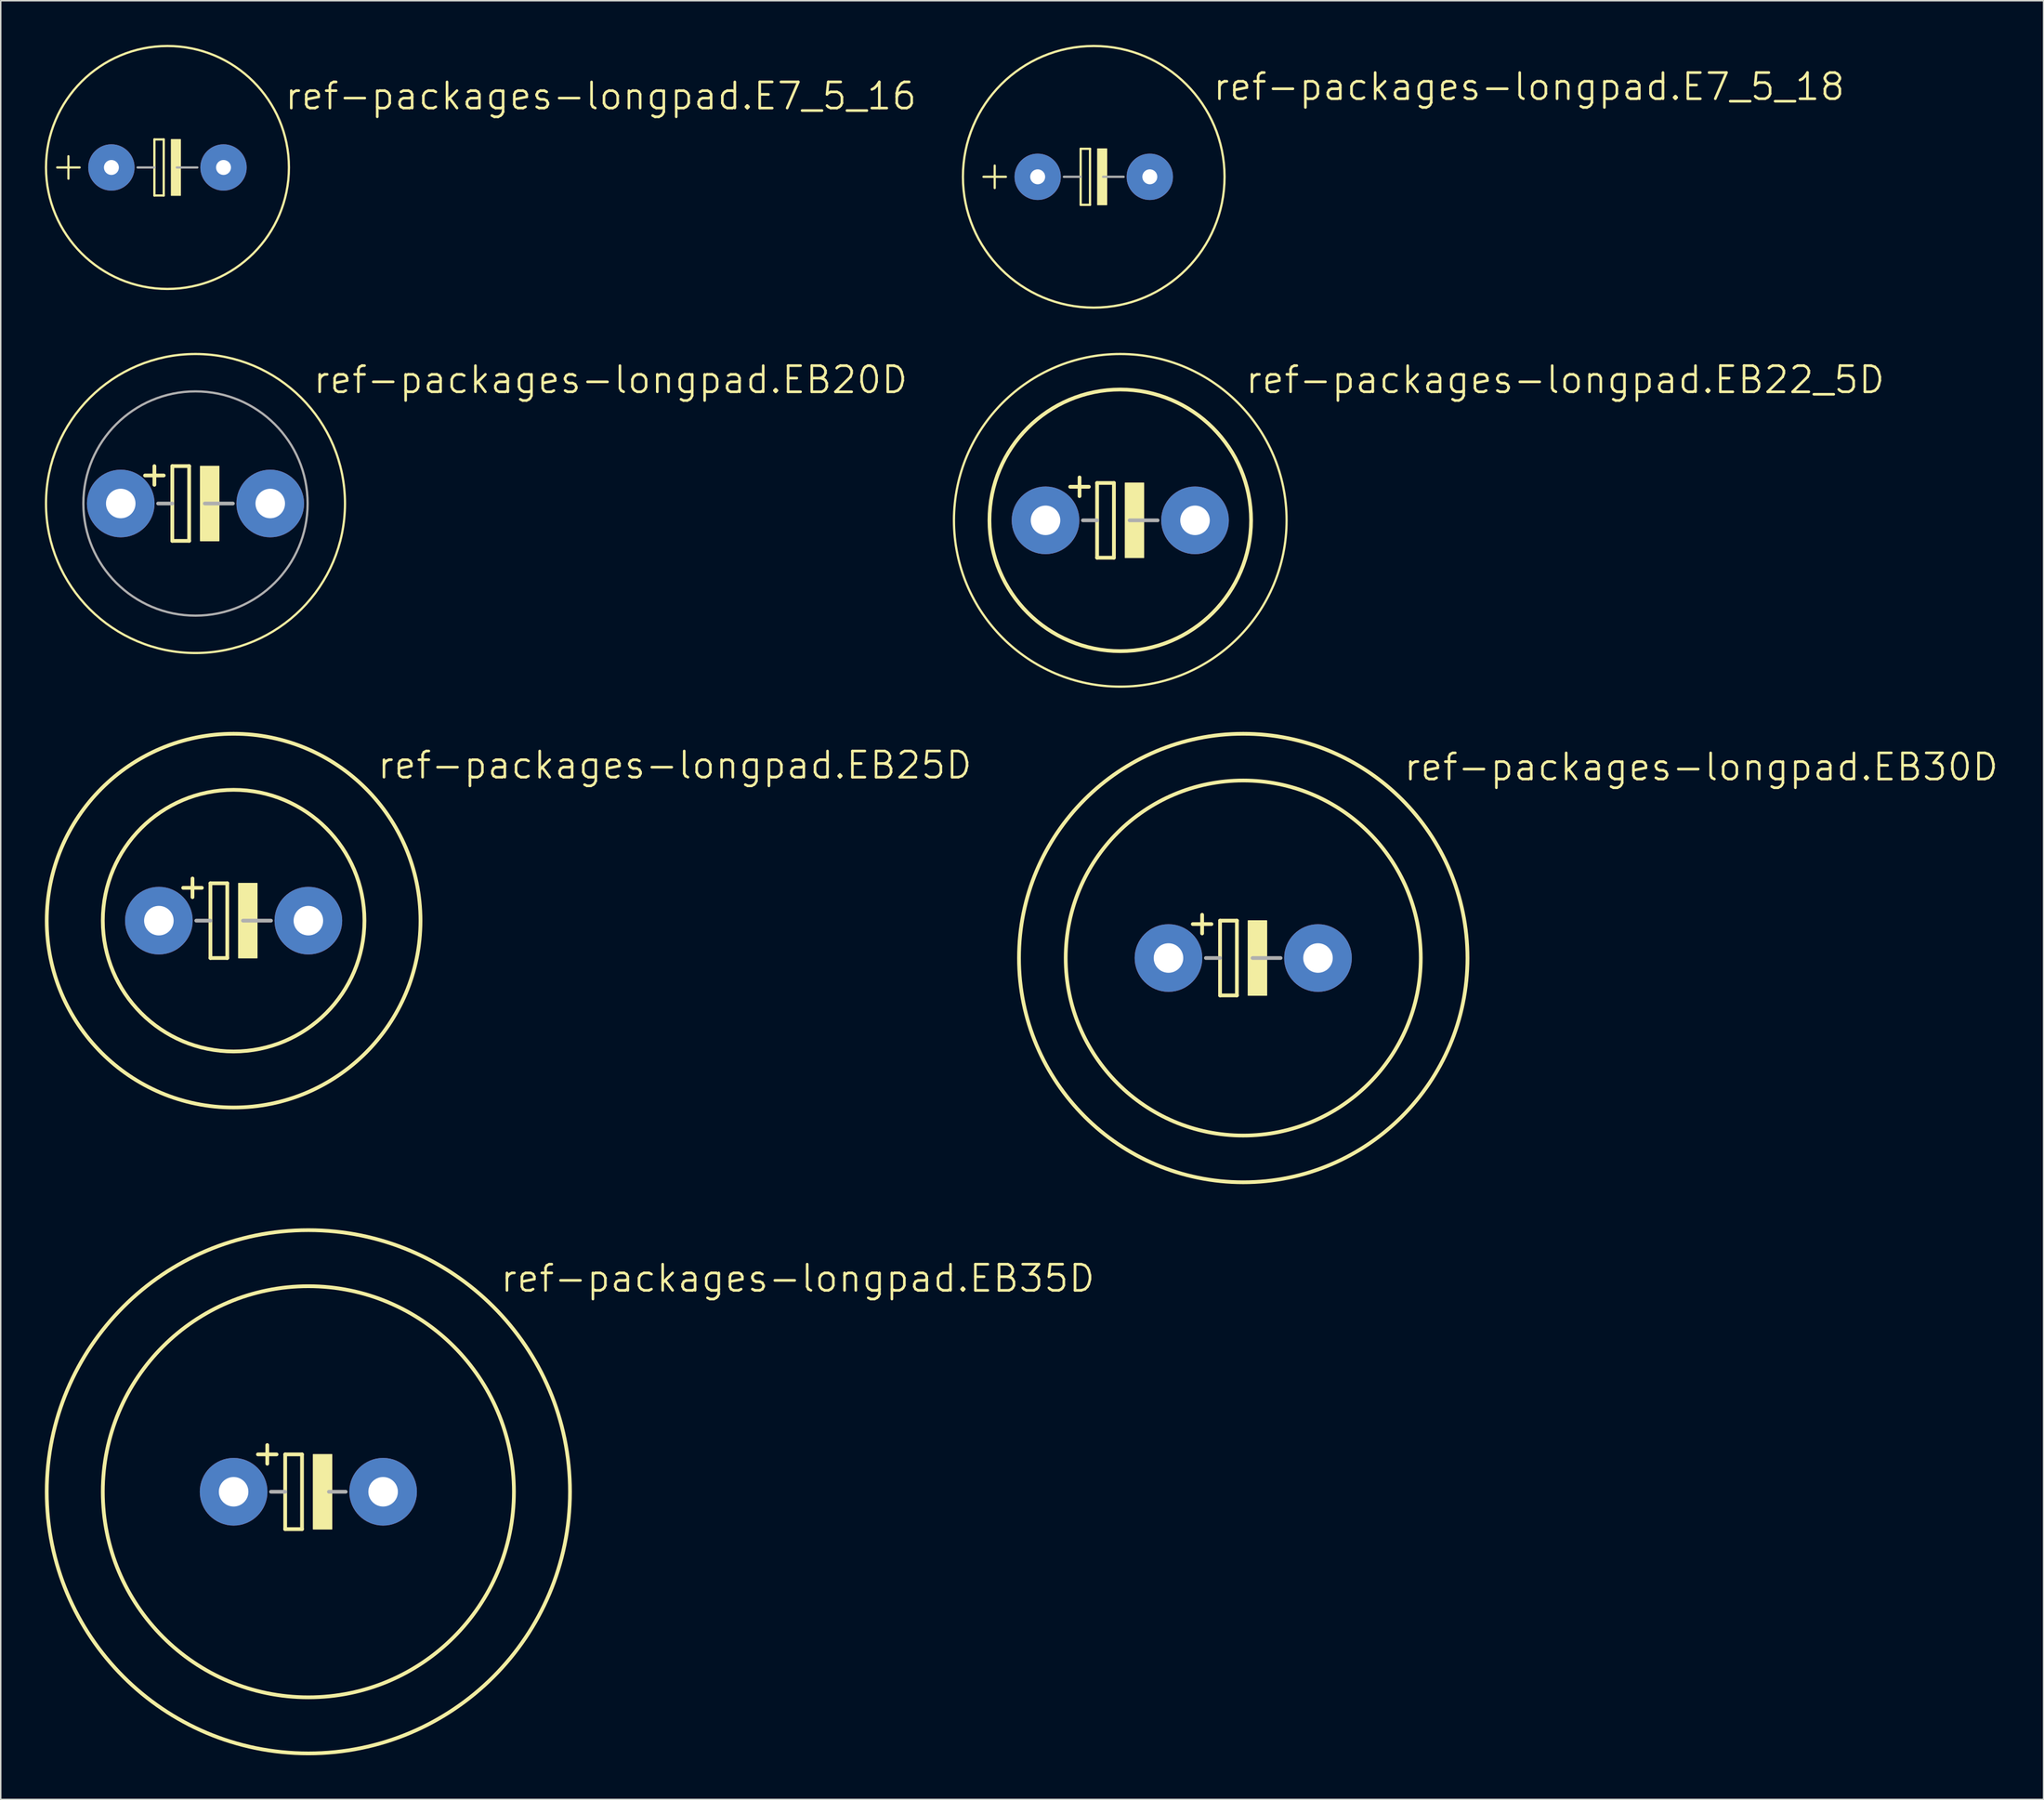
<source format=kicad_pcb>
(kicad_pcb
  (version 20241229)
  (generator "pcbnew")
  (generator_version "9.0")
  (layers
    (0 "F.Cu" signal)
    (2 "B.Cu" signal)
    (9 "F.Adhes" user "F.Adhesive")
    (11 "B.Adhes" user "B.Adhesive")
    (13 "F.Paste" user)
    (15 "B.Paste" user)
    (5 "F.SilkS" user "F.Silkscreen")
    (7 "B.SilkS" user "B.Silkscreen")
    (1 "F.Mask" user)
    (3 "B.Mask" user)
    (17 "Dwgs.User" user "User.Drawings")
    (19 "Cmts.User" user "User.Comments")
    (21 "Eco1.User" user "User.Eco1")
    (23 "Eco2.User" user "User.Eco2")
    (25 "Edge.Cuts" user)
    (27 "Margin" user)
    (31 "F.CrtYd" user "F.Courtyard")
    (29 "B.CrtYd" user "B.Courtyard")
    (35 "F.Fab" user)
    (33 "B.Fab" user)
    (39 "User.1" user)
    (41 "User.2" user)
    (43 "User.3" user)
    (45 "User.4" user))
  (footprint "ref-packages-longpad.EB30D"
    (layer "F.Cu")
    (at 81.442 62.058)
    (property "Reference" "ref-packages-longpad.EB30D" (at 10.82 -11.938 0) (layer "F.SilkS") (effects (font (size 1.778 1.778) (thickness 0.18)) (justify left bottom)))
    (attr through_hole)
    (fp_line (start -2.794 -2.94) (end -2.794 -1.67) (stroke (width 0.254) (type default)) (layer "F.SilkS"))
    (fp_line (start -2.159 -2.305) (end -3.429 -2.305) (stroke (width 0.254) (type default)) (layer "F.SilkS"))
    (fp_line (start -1.575 -2.54) (end -0.432 -2.54) (stroke (width 0.254) (type default)) (layer "F.SilkS"))
    (fp_line (start -1.575 2.54) (end -1.575 -2.54) (stroke (width 0.254) (type default)) (layer "F.SilkS"))
    (fp_line (start -0.432 -2.54) (end -0.432 2.54) (stroke (width 0.254) (type default)) (layer "F.SilkS"))
    (fp_line (start -0.432 2.54) (end -1.575 2.54) (stroke (width 0.254) (type default)) (layer "F.SilkS"))
    (fp_rect (start 0.33 2.54) (end 1.6 -2.54) (stroke (width 0.05) (type default)) (fill yes) (layer "F.SilkS"))
    (fp_circle (center 0 0) (end 12.065 0) (stroke (width 0.254) (type default)) (fill no) (layer "F.SilkS"))
    (fp_circle (center 0 0) (end 15.24 0) (stroke (width 0.254) (type default)) (fill no) (layer "F.SilkS"))
    (fp_line (start -2.54 0) (end -1.575 0) (stroke (width 0.254) (type default)) (layer "F.Fab"))
    (fp_line (start 0.635 0) (end 2.54 0) (stroke (width 0.254) (type default)) (layer "F.Fab"))
    (pad "+" thru_hole circle (at -5.08 0) (size 4.597 4.597) (drill 2.007) (layers "*.Cu" "*.Mask"))
    (pad "-" thru_hole circle (at 5.08 0) (size 4.597 4.597) (drill 2.007) (layers "*.Cu" "*.Mask")))
  (footprint "ref-packages-longpad.EB20D"
    (layer "F.Cu")
    (at 10.236 31.169)
    (property "Reference" "ref-packages-longpad.EB20D" (at 7.899 -7.366 0) (layer "F.SilkS") (effects (font (size 1.778 1.778) (thickness 0.18)) (justify left bottom)))
    (attr through_hole)
    (fp_line (start -2.794 -2.54) (end -2.794 -1.27) (stroke (width 0.254) (type default)) (layer "F.SilkS"))
    (fp_line (start -2.159 -1.905) (end -3.429 -1.905) (stroke (width 0.254) (type default)) (layer "F.SilkS"))
    (fp_line (start -1.575 -2.54) (end -0.432 -2.54) (stroke (width 0.254) (type default)) (layer "F.SilkS"))
    (fp_line (start -1.575 0) (end -1.575 -2.54) (stroke (width 0.254) (type default)) (layer "F.SilkS"))
    (fp_line (start -1.575 2.54) (end -1.575 0) (stroke (width 0.254) (type default)) (layer "F.SilkS"))
    (fp_line (start -0.432 -2.54) (end -0.432 2.54) (stroke (width 0.254) (type default)) (layer "F.SilkS"))
    (fp_line (start -0.432 2.54) (end -1.575 2.54) (stroke (width 0.254) (type default)) (layer "F.SilkS"))
    (fp_rect (start 0.33 2.54) (end 1.6 -2.54) (stroke (width 0.05) (type default)) (fill yes) (layer "F.SilkS"))
    (fp_circle (center 0 0) (end 10.16 0) (stroke (width 0.152) (type default)) (fill no) (layer "F.SilkS"))
    (fp_line (start -2.54 0) (end -1.575 0) (stroke (width 0.254) (type default)) (layer "F.Fab"))
    (fp_line (start 0.635 0) (end 2.54 0) (stroke (width 0.254) (type default)) (layer "F.Fab"))
    (fp_circle (center 0 0) (end 7.62 0) (stroke (width 0.152) (type default)) (fill no) (layer "F.Fab"))
    (pad "+" thru_hole circle (at -5.08 0) (size 4.597 4.597) (drill 2.007) (layers "*.Cu" "*.Mask"))
    (pad "-" thru_hole circle (at 5.08 0) (size 4.597 4.597) (drill 2.007) (layers "*.Cu" "*.Mask")))
  (footprint "ref-packages-longpad.EB25D"
    (layer "F.Cu")
    (at 12.827 59.518)
    (property "Reference" "ref-packages-longpad.EB25D" (at 9.677 -9.525 0) (layer "F.SilkS") (effects (font (size 1.778 1.778) (thickness 0.18)) (justify left bottom)))
    (attr through_hole)
    (fp_line (start -2.794 -2.865) (end -2.794 -1.595) (stroke (width 0.254) (type default)) (layer "F.SilkS"))
    (fp_line (start -2.159 -2.23) (end -3.429 -2.23) (stroke (width 0.254) (type default)) (layer "F.SilkS"))
    (fp_line (start -1.575 -2.54) (end -0.432 -2.54) (stroke (width 0.254) (type default)) (layer "F.SilkS"))
    (fp_line (start -1.575 2.54) (end -1.575 -2.54) (stroke (width 0.254) (type default)) (layer "F.SilkS"))
    (fp_line (start -0.432 -2.54) (end -0.432 2.54) (stroke (width 0.254) (type default)) (layer "F.SilkS"))
    (fp_line (start -0.432 2.54) (end -1.575 2.54) (stroke (width 0.254) (type default)) (layer "F.SilkS"))
    (fp_rect (start 0.33 2.54) (end 1.6 -2.54) (stroke (width 0.05) (type default)) (fill yes) (layer "F.SilkS"))
    (fp_circle (center 0 0) (end 8.89 0) (stroke (width 0.254) (type default)) (fill no) (layer "F.SilkS"))
    (fp_circle (center 0 0) (end 12.7 0) (stroke (width 0.254) (type default)) (fill no) (layer "F.SilkS"))
    (fp_line (start -2.54 0) (end -1.575 0) (stroke (width 0.254) (type default)) (layer "F.Fab"))
    (fp_line (start 0.635 0) (end 2.54 0) (stroke (width 0.254) (type default)) (layer "F.Fab"))
    (pad "+" thru_hole circle (at -5.08 0) (size 4.597 4.597) (drill 2.007) (layers "*.Cu" "*.Mask"))
    (pad "-" thru_hole circle (at 5.08 0) (size 4.597 4.597) (drill 2.007) (layers "*.Cu" "*.Mask")))
  (footprint "ref-packages-longpad.EB35D"
    (layer "F.Cu")
    (at 17.907 98.332)
    (property "Reference" "ref-packages-longpad.EB35D" (at 12.954 -13.462 0) (layer "F.SilkS") (effects (font (size 1.778 1.778) (thickness 0.18)) (justify left bottom)))
    (attr through_hole)
    (fp_line (start -2.794 -3.175) (end -2.794 -1.905) (stroke (width 0.254) (type default)) (layer "F.SilkS"))
    (fp_line (start -2.159 -2.54) (end -3.429 -2.54) (stroke (width 0.254) (type default)) (layer "F.SilkS"))
    (fp_line (start -1.575 -2.54) (end -0.432 -2.54) (stroke (width 0.254) (type default)) (layer "F.SilkS"))
    (fp_line (start -1.575 2.54) (end -1.575 -2.54) (stroke (width 0.254) (type default)) (layer "F.SilkS"))
    (fp_line (start -0.432 -2.54) (end -0.432 2.54) (stroke (width 0.254) (type default)) (layer "F.SilkS"))
    (fp_line (start -0.432 2.54) (end -1.575 2.54) (stroke (width 0.254) (type default)) (layer "F.SilkS"))
    (fp_rect (start 0.33 2.54) (end 1.6 -2.54) (stroke (width 0.05) (type default)) (fill yes) (layer "F.SilkS"))
    (fp_circle (center 0 0) (end 13.97 0) (stroke (width 0.254) (type default)) (fill no) (layer "F.SilkS"))
    (fp_circle (center 0 0) (end 17.78 0) (stroke (width 0.254) (type default)) (fill no) (layer "F.SilkS"))
    (fp_line (start -2.54 0) (end -1.575 0) (stroke (width 0.254) (type default)) (layer "F.Fab"))
    (fp_line (start 1.397 0) (end 2.54 0) (stroke (width 0.254) (type default)) (layer "F.Fab"))
    (pad "+" thru_hole circle (at -5.08 0) (size 4.597 4.597) (drill 2.007) (layers "*.Cu" "*.Mask"))
    (pad "-" thru_hole circle (at 5.08 0) (size 4.597 4.597) (drill 2.007) (layers "*.Cu" "*.Mask")))
  (footprint "ref-packages-longpad.E7_5_16"
    (layer "F.Cu")
    (at 8.331 8.331)
    (property "Reference" "ref-packages-longpad.E7_5_16" (at 7.874 -3.81 0) (layer "F.SilkS") (effects (font (size 1.778 1.778) (thickness 0.18)) (justify left bottom)))
    (attr through_hole)
    (fp_line (start -7.493 0) (end -5.969 0) (stroke (width 0.152) (type default)) (layer "F.SilkS"))
    (fp_line (start -6.731 0.762) (end -6.731 -0.762) (stroke (width 0.152) (type default)) (layer "F.SilkS"))
    (fp_line (start -0.889 -1.905) (end -0.889 0) (stroke (width 0.152) (type default)) (layer "F.SilkS"))
    (fp_line (start -0.889 0) (end -0.889 1.905) (stroke (width 0.152) (type default)) (layer "F.SilkS"))
    (fp_line (start -0.889 1.905) (end -0.254 1.905) (stroke (width 0.152) (type default)) (layer "F.SilkS"))
    (fp_line (start -0.254 -1.905) (end -0.889 -1.905) (stroke (width 0.152) (type default)) (layer "F.SilkS"))
    (fp_line (start -0.254 1.905) (end -0.254 -1.905) (stroke (width 0.152) (type default)) (layer "F.SilkS"))
    (fp_rect (start 0.254 1.905) (end 0.889 -1.905) (stroke (width 0.05) (type default)) (fill yes) (layer "F.SilkS"))
    (fp_circle (center 0 0) (end 8.255 0) (stroke (width 0.152) (type default)) (fill no) (layer "F.SilkS"))
    (fp_line (start -0.889 0) (end -2.032 0) (stroke (width 0.152) (type default)) (layer "F.Fab"))
    (fp_line (start 0.635 0) (end 2.032 0) (stroke (width 0.152) (type default)) (layer "F.Fab"))
    (pad "+" thru_hole circle (at -3.81 0) (size 3.15 3.15) (drill 1.016) (layers "*.Cu" "*.Mask"))
    (pad "-" thru_hole circle (at 3.81 0) (size 3.15 3.15) (drill 1.016) (layers "*.Cu" "*.Mask")))
  (footprint "ref-packages-longpad.E7_5_18"
    (layer "F.Cu")
    (at 71.282 8.966)
    (property "Reference" "ref-packages-longpad.E7_5_18" (at 8.001 -5.08 0) (layer "F.SilkS") (effects (font (size 1.778 1.778) (thickness 0.18)) (justify left bottom)))
    (attr through_hole)
    (fp_line (start -7.493 0) (end -5.969 0) (stroke (width 0.152) (type default)) (layer "F.SilkS"))
    (fp_line (start -6.731 0.762) (end -6.731 -0.762) (stroke (width 0.152) (type default)) (layer "F.SilkS"))
    (fp_line (start -0.889 -1.905) (end -0.889 0) (stroke (width 0.152) (type default)) (layer "F.SilkS"))
    (fp_line (start -0.889 0) (end -0.889 1.905) (stroke (width 0.152) (type default)) (layer "F.SilkS"))
    (fp_line (start -0.889 1.905) (end -0.254 1.905) (stroke (width 0.152) (type default)) (layer "F.SilkS"))
    (fp_line (start -0.254 -1.905) (end -0.889 -1.905) (stroke (width 0.152) (type default)) (layer "F.SilkS"))
    (fp_line (start -0.254 1.905) (end -0.254 -1.905) (stroke (width 0.152) (type default)) (layer "F.SilkS"))
    (fp_rect (start 0.254 1.905) (end 0.889 -1.905) (stroke (width 0.05) (type default)) (fill yes) (layer "F.SilkS"))
    (fp_circle (center 0 0) (end 8.89 0) (stroke (width 0.152) (type default)) (fill no) (layer "F.SilkS"))
    (fp_line (start -0.889 0) (end -2.032 0) (stroke (width 0.152) (type default)) (layer "F.Fab"))
    (fp_line (start 0.635 0) (end 2.032 0) (stroke (width 0.152) (type default)) (layer "F.Fab"))
    (pad "+" thru_hole circle (at -3.81 0) (size 3.15 3.15) (drill 1.016) (layers "*.Cu" "*.Mask"))
    (pad "-" thru_hole circle (at 3.81 0) (size 3.15 3.15) (drill 1.016) (layers "*.Cu" "*.Mask")))
  (footprint "ref-packages-longpad.EB22_5D"
    (layer "F.Cu")
    (at 73.085 32.312)
    (property "Reference" "ref-packages-longpad.EB22_5D" (at 8.407 -8.509 0) (layer "F.SilkS") (effects (font (size 1.778 1.778) (thickness 0.18)) (justify left bottom)))
    (attr through_hole)
    (fp_line (start -2.769 -2.915) (end -2.769 -1.645) (stroke (width 0.254) (type default)) (layer "F.SilkS"))
    (fp_line (start -2.134 -2.28) (end -3.404 -2.28) (stroke (width 0.254) (type default)) (layer "F.SilkS"))
    (fp_line (start -1.575 -2.54) (end -0.432 -2.54) (stroke (width 0.254) (type default)) (layer "F.SilkS"))
    (fp_line (start -1.575 2.54) (end -1.575 -2.54) (stroke (width 0.254) (type default)) (layer "F.SilkS"))
    (fp_line (start -0.432 -2.54) (end -0.432 2.54) (stroke (width 0.254) (type default)) (layer "F.SilkS"))
    (fp_line (start -0.432 2.54) (end -1.575 2.54) (stroke (width 0.254) (type default)) (layer "F.SilkS"))
    (fp_rect (start 0.33 2.54) (end 1.6 -2.54) (stroke (width 0.05) (type default)) (fill yes) (layer "F.SilkS"))
    (fp_circle (center 0 0) (end 8.89 0) (stroke (width 0.254) (type default)) (fill no) (layer "F.SilkS"))
    (fp_circle (center 0 0) (end 11.303 0) (stroke (width 0.152) (type default)) (fill no) (layer "F.SilkS"))
    (fp_line (start -2.54 0) (end -1.575 0) (stroke (width 0.254) (type default)) (layer "F.Fab"))
    (fp_line (start 0.635 0) (end 2.54 0) (stroke (width 0.254) (type default)) (layer "F.Fab"))
    (pad "+" thru_hole circle (at -5.08 0) (size 4.597 4.597) (drill 2.007) (layers "*.Cu" "*.Mask"))
    (pad "-" thru_hole circle (at 5.08 0) (size 4.597 4.597) (drill 2.007) (layers "*.Cu" "*.Mask")))
  (gr_rect
    (start -3 -3)
    (end 135.833 119.239)
    (stroke (width 0.1) (type default))
    (fill no)
    (layer "Edge.Cuts")))
</source>
